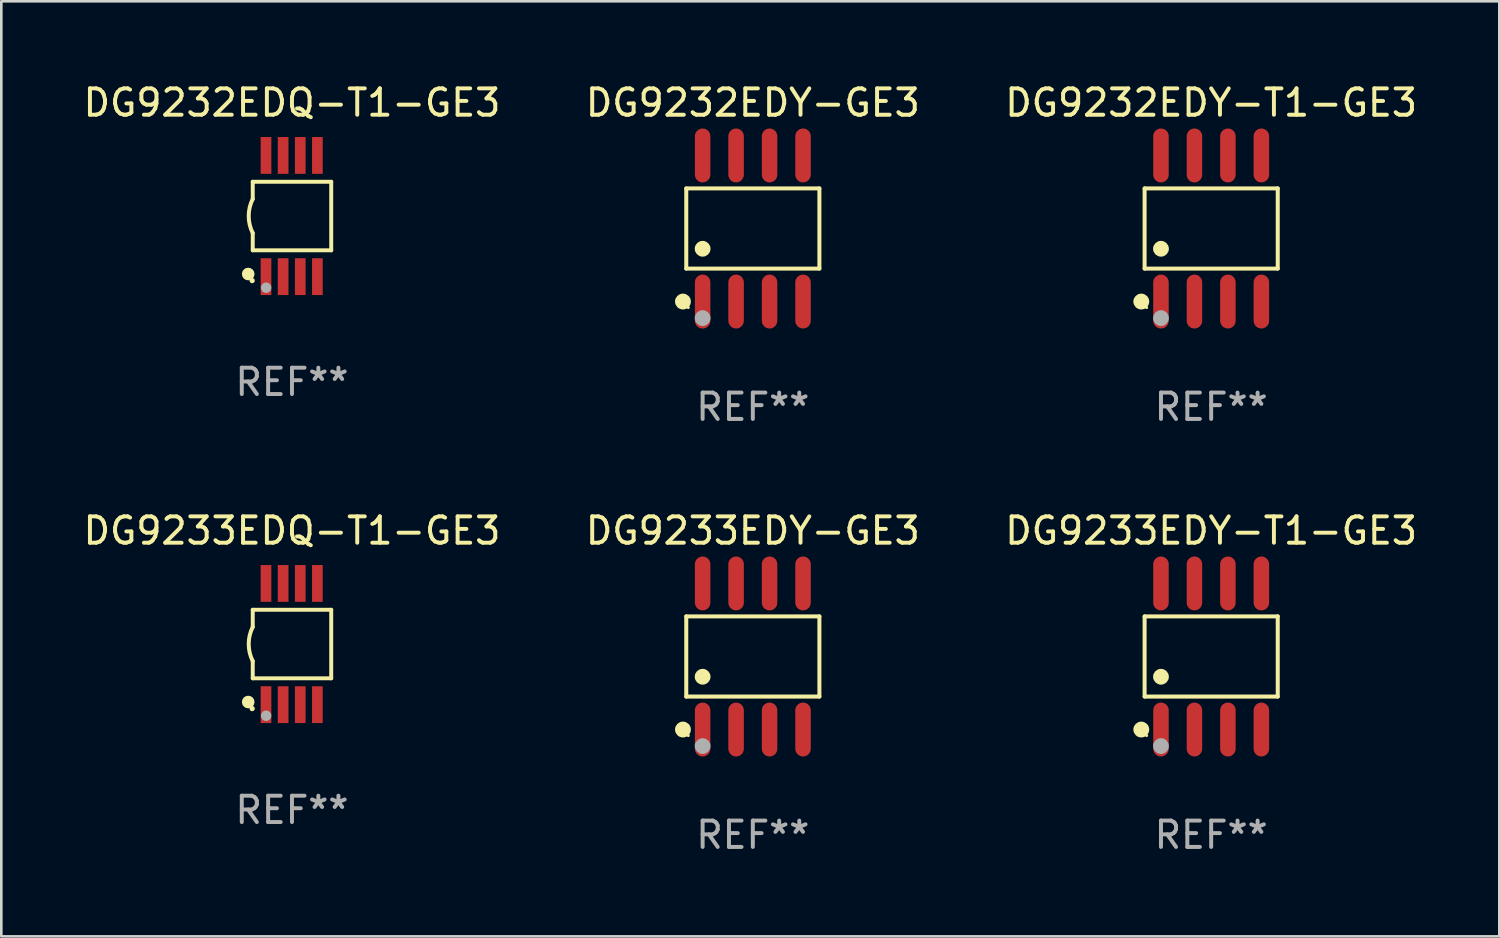
<source format=kicad_pcb>
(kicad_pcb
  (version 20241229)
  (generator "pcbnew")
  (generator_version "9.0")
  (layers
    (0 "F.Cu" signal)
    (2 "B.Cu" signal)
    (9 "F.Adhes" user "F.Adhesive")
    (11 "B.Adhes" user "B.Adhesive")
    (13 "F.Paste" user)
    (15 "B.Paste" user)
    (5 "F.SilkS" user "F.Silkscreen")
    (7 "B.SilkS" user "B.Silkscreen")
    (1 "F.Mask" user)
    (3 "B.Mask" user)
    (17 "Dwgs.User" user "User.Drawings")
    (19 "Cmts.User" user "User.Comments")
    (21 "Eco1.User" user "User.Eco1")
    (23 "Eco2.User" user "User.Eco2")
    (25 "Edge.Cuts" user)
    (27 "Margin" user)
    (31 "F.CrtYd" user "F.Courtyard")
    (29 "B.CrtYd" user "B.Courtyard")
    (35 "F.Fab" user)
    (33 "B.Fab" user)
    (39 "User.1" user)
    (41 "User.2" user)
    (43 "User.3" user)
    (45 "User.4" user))
  (footprint "DG9233EDQ-T1-GE3"
    (layer "F.Cu")
    (at 8.03 21.39)
    (property "Reference" "DG9233EDQ-T1-GE3" (at 0 -4.3 0) (layer "F.SilkS") (effects (font (size 1 1) (thickness 0.15))))
    (attr through_hole)
    (fp_line (start -1.489 -1.3) (end -1.489 -0.648) (stroke (width 0.15) (type solid)) (layer "F.SilkS"))
    (fp_line (start -1.489 0.648) (end -1.489 1.3) (stroke (width 0.15) (type solid)) (layer "F.SilkS"))
    (fp_line (start -1.489 1.3) (end 1.489 1.3) (stroke (width 0.15) (type solid)) (layer "F.SilkS"))
    (fp_line (start 1.489 -1.3) (end -1.489 -1.3) (stroke (width 0.15) (type solid)) (layer "F.SilkS"))
    (fp_line (start 1.489 1.3) (end 1.489 -1.3) (stroke (width 0.15) (type solid)) (layer "F.SilkS"))
    (fp_arc (start -1.489205 0.647702) (mid -1.642107 0) (end -1.489205 -0.647701) (stroke (width 0.150013) (type solid)) (layer "F.SilkS"))
    (fp_circle (center -1.661 2.2) (end -1.541 2.2) (stroke (width 0.24) (type solid)) (fill no) (layer "F.SilkS"))
    (fp_circle (center -1.511 2.45) (end -1.461 2.45) (stroke (width 0.1) (type solid)) (fill no) (layer "F.SilkS"))
    (fp_circle (center -0.981 2.72) (end -0.881 2.72) (stroke (width 0.2) (type solid)) (fill no) (layer "F.Fab"))
    (fp_text user "REF**" (at 0 6.3 0) (layer "F.Fab") (effects (font (size 1 1) (thickness 0.15))))
    (pad "1" smd rect (at -0.986 2.3) (size 0.406 1.397) (layers "F.Cu" "F.Mask" "F.Paste"))
    (pad "2" smd rect (at -0.336 2.3) (size 0.406 1.397) (layers "F.Cu" "F.Mask" "F.Paste"))
    (pad "3" smd rect (at 0.314 2.3) (size 0.406 1.397) (layers "F.Cu" "F.Mask" "F.Paste"))
    (pad "4" smd rect (at 0.964 2.3) (size 0.406 1.397) (layers "F.Cu" "F.Mask" "F.Paste"))
    (pad "5" smd rect (at 0.964 -2.3) (size 0.406 1.397) (layers "F.Cu" "F.Mask" "F.Paste"))
    (pad "6" smd rect (at 0.314 -2.3) (size 0.406 1.397) (layers "F.Cu" "F.Mask" "F.Paste"))
    (pad "7" smd rect (at -0.336 -2.3) (size 0.406 1.397) (layers "F.Cu" "F.Mask" "F.Paste"))
    (pad "8" smd rect (at -0.986 -2.3) (size 0.406 1.397) (layers "F.Cu" "F.Mask" "F.Paste")))
  (footprint "DG9233EDY-GE3"
    (layer "F.Cu")
    (at 25.518 21.862)
    (property "Reference" "DG9233EDY-GE3" (at 0 -4.772 0) (layer "F.SilkS") (effects (font (size 1 1) (thickness 0.15))))
    (attr through_hole)
    (fp_line (start -2.526 -1.521) (end 2.526 -1.521) (stroke (width 0.152) (type solid)) (layer "F.SilkS"))
    (fp_line (start -2.526 1.521) (end -2.526 -1.521) (stroke (width 0.152) (type solid)) (layer "F.SilkS"))
    (fp_line (start 2.526 -1.521) (end 2.526 1.521) (stroke (width 0.152) (type solid)) (layer "F.SilkS"))
    (fp_line (start 2.526 1.521) (end -2.526 1.521) (stroke (width 0.152) (type solid)) (layer "F.SilkS"))
    (fp_circle (center -2.652 2.772) (end -2.501 2.772) (stroke (width 0.3) (type solid)) (fill no) (layer "F.SilkS"))
    (fp_circle (center -2.45 3) (end -2.42 3) (stroke (width 0.06) (type solid)) (fill no) (layer "F.SilkS"))
    (fp_circle (center -1.905 0.769) (end -1.755 0.769) (stroke (width 0.3) (type solid)) (fill no) (layer "F.SilkS"))
    (fp_circle (center -1.905 3.4) (end -1.755 3.4) (stroke (width 0.3) (type solid)) (fill no) (layer "F.Fab"))
    (fp_text user "REF**" (at 0 6.772 0) (layer "F.Fab") (effects (font (size 1 1) (thickness 0.15))))
    (pad "1" smd oval (at -1.905 2.772) (size 0.588 2.045) (layers "F.Cu" "F.Mask" "F.Paste"))
    (pad "2" smd oval (at -0.635 2.772) (size 0.588 2.045) (layers "F.Cu" "F.Mask" "F.Paste"))
    (pad "3" smd oval (at 0.635 2.772) (size 0.588 2.045) (layers "F.Cu" "F.Mask" "F.Paste"))
    (pad "4" smd oval (at 1.905 2.772) (size 0.588 2.045) (layers "F.Cu" "F.Mask" "F.Paste"))
    (pad "5" smd oval (at 1.905 -2.772) (size 0.588 2.045) (layers "F.Cu" "F.Mask" "F.Paste"))
    (pad "6" smd oval (at 0.635 -2.772) (size 0.588 2.045) (layers "F.Cu" "F.Mask" "F.Paste"))
    (pad "7" smd oval (at -0.635 -2.772) (size 0.588 2.045) (layers "F.Cu" "F.Mask" "F.Paste"))
    (pad "8" smd oval (at -1.905 -2.772) (size 0.588 2.045) (layers "F.Cu" "F.Mask" "F.Paste")))
  (footprint "DG9232EDY-GE3"
    (layer "F.Cu")
    (at 25.518 5.621)
    (property "Reference" "DG9232EDY-GE3" (at 0 -4.772 0) (layer "F.SilkS") (effects (font (size 1 1) (thickness 0.15))))
    (attr through_hole)
    (fp_line (start -2.526 -1.521) (end 2.526 -1.521) (stroke (width 0.152) (type solid)) (layer "F.SilkS"))
    (fp_line (start -2.526 1.521) (end -2.526 -1.521) (stroke (width 0.152) (type solid)) (layer "F.SilkS"))
    (fp_line (start 2.526 -1.521) (end 2.526 1.521) (stroke (width 0.152) (type solid)) (layer "F.SilkS"))
    (fp_line (start 2.526 1.521) (end -2.526 1.521) (stroke (width 0.152) (type solid)) (layer "F.SilkS"))
    (fp_circle (center -2.652 2.772) (end -2.501 2.772) (stroke (width 0.3) (type solid)) (fill no) (layer "F.SilkS"))
    (fp_circle (center -2.45 3) (end -2.42 3) (stroke (width 0.06) (type solid)) (fill no) (layer "F.SilkS"))
    (fp_circle (center -1.905 0.769) (end -1.755 0.769) (stroke (width 0.3) (type solid)) (fill no) (layer "F.SilkS"))
    (fp_circle (center -1.905 3.4) (end -1.755 3.4) (stroke (width 0.3) (type solid)) (fill no) (layer "F.Fab"))
    (fp_text user "REF**" (at 0 6.772 0) (layer "F.Fab") (effects (font (size 1 1) (thickness 0.15))))
    (pad "1" smd oval (at -1.905 2.772) (size 0.588 2.045) (layers "F.Cu" "F.Mask" "F.Paste"))
    (pad "2" smd oval (at -0.635 2.772) (size 0.588 2.045) (layers "F.Cu" "F.Mask" "F.Paste"))
    (pad "3" smd oval (at 0.635 2.772) (size 0.588 2.045) (layers "F.Cu" "F.Mask" "F.Paste"))
    (pad "4" smd oval (at 1.905 2.772) (size 0.588 2.045) (layers "F.Cu" "F.Mask" "F.Paste"))
    (pad "5" smd oval (at 1.905 -2.772) (size 0.588 2.045) (layers "F.Cu" "F.Mask" "F.Paste"))
    (pad "6" smd oval (at 0.635 -2.772) (size 0.588 2.045) (layers "F.Cu" "F.Mask" "F.Paste"))
    (pad "7" smd oval (at -0.635 -2.772) (size 0.588 2.045) (layers "F.Cu" "F.Mask" "F.Paste"))
    (pad "8" smd oval (at -1.905 -2.772) (size 0.588 2.045) (layers "F.Cu" "F.Mask" "F.Paste")))
  (footprint "DG9233EDY-T1-GE3"
    (layer "F.Cu")
    (at 42.911 21.862)
    (property "Reference" "DG9233EDY-T1-GE3" (at 0 -4.772 0) (layer "F.SilkS") (effects (font (size 1 1) (thickness 0.15))))
    (attr through_hole)
    (fp_line (start -2.526 -1.521) (end 2.526 -1.521) (stroke (width 0.152) (type solid)) (layer "F.SilkS"))
    (fp_line (start -2.526 1.521) (end -2.526 -1.521) (stroke (width 0.152) (type solid)) (layer "F.SilkS"))
    (fp_line (start 2.526 -1.521) (end 2.526 1.521) (stroke (width 0.152) (type solid)) (layer "F.SilkS"))
    (fp_line (start 2.526 1.521) (end -2.526 1.521) (stroke (width 0.152) (type solid)) (layer "F.SilkS"))
    (fp_circle (center -2.652 2.772) (end -2.501 2.772) (stroke (width 0.3) (type solid)) (fill no) (layer "F.SilkS"))
    (fp_circle (center -2.45 3) (end -2.42 3) (stroke (width 0.06) (type solid)) (fill no) (layer "F.SilkS"))
    (fp_circle (center -1.905 0.769) (end -1.755 0.769) (stroke (width 0.3) (type solid)) (fill no) (layer "F.SilkS"))
    (fp_circle (center -1.905 3.4) (end -1.755 3.4) (stroke (width 0.3) (type solid)) (fill no) (layer "F.Fab"))
    (fp_text user "REF**" (at 0 6.772 0) (layer "F.Fab") (effects (font (size 1 1) (thickness 0.15))))
    (pad "1" smd oval (at -1.905 2.772) (size 0.588 2.045) (layers "F.Cu" "F.Mask" "F.Paste"))
    (pad "2" smd oval (at -0.635 2.772) (size 0.588 2.045) (layers "F.Cu" "F.Mask" "F.Paste"))
    (pad "3" smd oval (at 0.635 2.772) (size 0.588 2.045) (layers "F.Cu" "F.Mask" "F.Paste"))
    (pad "4" smd oval (at 1.905 2.772) (size 0.588 2.045) (layers "F.Cu" "F.Mask" "F.Paste"))
    (pad "5" smd oval (at 1.905 -2.772) (size 0.588 2.045) (layers "F.Cu" "F.Mask" "F.Paste"))
    (pad "6" smd oval (at 0.635 -2.772) (size 0.588 2.045) (layers "F.Cu" "F.Mask" "F.Paste"))
    (pad "7" smd oval (at -0.635 -2.772) (size 0.588 2.045) (layers "F.Cu" "F.Mask" "F.Paste"))
    (pad "8" smd oval (at -1.905 -2.772) (size 0.588 2.045) (layers "F.Cu" "F.Mask" "F.Paste")))
  (footprint "DG9232EDQ-T1-GE3"
    (layer "F.Cu")
    (at 8.03 5.148)
    (property "Reference" "DG9232EDQ-T1-GE3" (at 0 -4.3 0) (layer "F.SilkS") (effects (font (size 1 1) (thickness 0.15))))
    (attr through_hole)
    (fp_line (start -1.489 -1.3) (end -1.489 -0.648) (stroke (width 0.15) (type solid)) (layer "F.SilkS"))
    (fp_line (start -1.489 0.648) (end -1.489 1.3) (stroke (width 0.15) (type solid)) (layer "F.SilkS"))
    (fp_line (start -1.489 1.3) (end 1.489 1.3) (stroke (width 0.15) (type solid)) (layer "F.SilkS"))
    (fp_line (start 1.489 -1.3) (end -1.489 -1.3) (stroke (width 0.15) (type solid)) (layer "F.SilkS"))
    (fp_line (start 1.489 1.3) (end 1.489 -1.3) (stroke (width 0.15) (type solid)) (layer "F.SilkS"))
    (fp_arc (start -1.489205 0.647702) (mid -1.642107 0) (end -1.489205 -0.647701) (stroke (width 0.150013) (type solid)) (layer "F.SilkS"))
    (fp_circle (center -1.661 2.2) (end -1.541 2.2) (stroke (width 0.24) (type solid)) (fill no) (layer "F.SilkS"))
    (fp_circle (center -1.511 2.45) (end -1.461 2.45) (stroke (width 0.1) (type solid)) (fill no) (layer "F.SilkS"))
    (fp_circle (center -0.981 2.72) (end -0.881 2.72) (stroke (width 0.2) (type solid)) (fill no) (layer "F.Fab"))
    (fp_text user "REF**" (at 0 6.3 0) (layer "F.Fab") (effects (font (size 1 1) (thickness 0.15))))
    (pad "1" smd rect (at -0.986 2.3) (size 0.406 1.397) (layers "F.Cu" "F.Mask" "F.Paste"))
    (pad "2" smd rect (at -0.336 2.3) (size 0.406 1.397) (layers "F.Cu" "F.Mask" "F.Paste"))
    (pad "3" smd rect (at 0.314 2.3) (size 0.406 1.397) (layers "F.Cu" "F.Mask" "F.Paste"))
    (pad "4" smd rect (at 0.964 2.3) (size 0.406 1.397) (layers "F.Cu" "F.Mask" "F.Paste"))
    (pad "5" smd rect (at 0.964 -2.3) (size 0.406 1.397) (layers "F.Cu" "F.Mask" "F.Paste"))
    (pad "6" smd rect (at 0.314 -2.3) (size 0.406 1.397) (layers "F.Cu" "F.Mask" "F.Paste"))
    (pad "7" smd rect (at -0.336 -2.3) (size 0.406 1.397) (layers "F.Cu" "F.Mask" "F.Paste"))
    (pad "8" smd rect (at -0.986 -2.3) (size 0.406 1.397) (layers "F.Cu" "F.Mask" "F.Paste")))
  (footprint "DG9232EDY-T1-GE3"
    (layer "F.Cu")
    (at 42.911 5.621)
    (property "Reference" "DG9232EDY-T1-GE3" (at 0 -4.772 0) (layer "F.SilkS") (effects (font (size 1 1) (thickness 0.15))))
    (attr through_hole)
    (fp_line (start -2.526 -1.521) (end 2.526 -1.521) (stroke (width 0.152) (type solid)) (layer "F.SilkS"))
    (fp_line (start -2.526 1.521) (end -2.526 -1.521) (stroke (width 0.152) (type solid)) (layer "F.SilkS"))
    (fp_line (start 2.526 -1.521) (end 2.526 1.521) (stroke (width 0.152) (type solid)) (layer "F.SilkS"))
    (fp_line (start 2.526 1.521) (end -2.526 1.521) (stroke (width 0.152) (type solid)) (layer "F.SilkS"))
    (fp_circle (center -2.652 2.772) (end -2.501 2.772) (stroke (width 0.3) (type solid)) (fill no) (layer "F.SilkS"))
    (fp_circle (center -2.45 3) (end -2.42 3) (stroke (width 0.06) (type solid)) (fill no) (layer "F.SilkS"))
    (fp_circle (center -1.905 0.769) (end -1.755 0.769) (stroke (width 0.3) (type solid)) (fill no) (layer "F.SilkS"))
    (fp_circle (center -1.905 3.4) (end -1.755 3.4) (stroke (width 0.3) (type solid)) (fill no) (layer "F.Fab"))
    (fp_text user "REF**" (at 0 6.772 0) (layer "F.Fab") (effects (font (size 1 1) (thickness 0.15))))
    (pad "1" smd oval (at -1.905 2.772) (size 0.588 2.045) (layers "F.Cu" "F.Mask" "F.Paste"))
    (pad "2" smd oval (at -0.635 2.772) (size 0.588 2.045) (layers "F.Cu" "F.Mask" "F.Paste"))
    (pad "3" smd oval (at 0.635 2.772) (size 0.588 2.045) (layers "F.Cu" "F.Mask" "F.Paste"))
    (pad "4" smd oval (at 1.905 2.772) (size 0.588 2.045) (layers "F.Cu" "F.Mask" "F.Paste"))
    (pad "5" smd oval (at 1.905 -2.772) (size 0.588 2.045) (layers "F.Cu" "F.Mask" "F.Paste"))
    (pad "6" smd oval (at 0.635 -2.772) (size 0.588 2.045) (layers "F.Cu" "F.Mask" "F.Paste"))
    (pad "7" smd oval (at -0.635 -2.772) (size 0.588 2.045) (layers "F.Cu" "F.Mask" "F.Paste"))
    (pad "8" smd oval (at -1.905 -2.772) (size 0.588 2.045) (layers "F.Cu" "F.Mask" "F.Paste")))
  (gr_rect
    (start -3 -3)
    (end 53.845 32.483)
    (stroke (width 0.1) (type default))
    (fill no)
    (layer "Edge.Cuts")))
</source>
